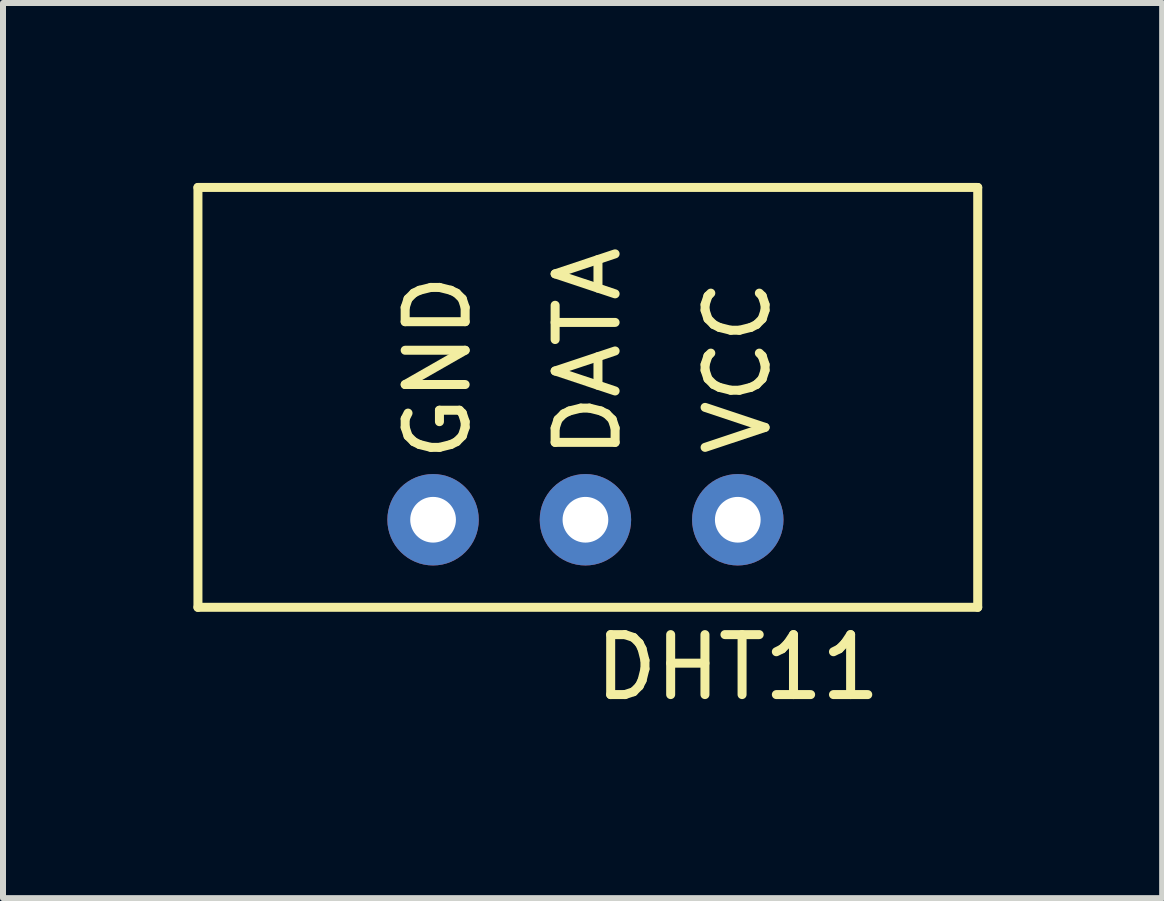
<source format=kicad_pcb>
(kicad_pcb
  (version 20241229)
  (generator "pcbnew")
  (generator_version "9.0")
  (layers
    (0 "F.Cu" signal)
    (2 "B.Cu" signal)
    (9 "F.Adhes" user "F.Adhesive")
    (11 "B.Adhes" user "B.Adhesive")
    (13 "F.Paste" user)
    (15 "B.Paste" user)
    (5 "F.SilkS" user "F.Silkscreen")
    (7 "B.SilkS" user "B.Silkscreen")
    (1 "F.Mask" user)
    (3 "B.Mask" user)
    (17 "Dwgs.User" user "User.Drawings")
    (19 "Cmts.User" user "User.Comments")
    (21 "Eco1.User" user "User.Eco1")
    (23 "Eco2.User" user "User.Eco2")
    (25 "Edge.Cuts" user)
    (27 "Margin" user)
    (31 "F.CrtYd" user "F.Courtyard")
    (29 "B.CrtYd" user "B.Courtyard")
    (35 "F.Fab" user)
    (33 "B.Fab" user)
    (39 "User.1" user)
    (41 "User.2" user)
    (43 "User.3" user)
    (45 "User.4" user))
  (footprint "DHT11"
    (layer "F.Cu")
    (at 0.25 7.075)
    (property "Reference" "DHT11" (at 9 1 0) (layer "F.SilkS") (effects (font (size 1 1) (thickness 0.15))))
    (attr through_hole)
    (fp_line (start 0 -7) (end 0 0) (stroke (width 0.15) (type solid)) (layer "F.SilkS"))
    (fp_line (start 0 0) (end 13 0) (stroke (width 0.15) (type solid)) (layer "F.SilkS"))
    (fp_line (start 13 -7) (end 0 -7) (stroke (width 0.15) (type solid)) (layer "F.SilkS"))
    (fp_line (start 13 0) (end 13 -7) (stroke (width 0.15) (type solid)) (layer "F.SilkS"))
    (fp_text user "GND" (at 4 -4 90) (layer "F.SilkS") (effects (font (size 1 1) (thickness 0.15))))
    (fp_text user "VCC" (at 9 -4 90) (layer "F.SilkS") (effects (font (size 1 1) (thickness 0.15))))
    (fp_text user "DATA" (at 6.5 -4.25 90) (layer "F.SilkS") (effects (font (size 1 1) (thickness 0.15))))
    (pad "1" thru_hole circle (at 9 -1.46 180) (size 1.524 1.524) (drill 0.762) (layers "*.Cu" "*.Mask"))
    (pad "2" thru_hole circle (at 6.46 -1.46 180) (size 1.524 1.524) (drill 0.762) (layers "*.Cu" "*.Mask"))
    (pad "3" thru_hole circle (at 3.92 -1.46 180) (size 1.524 1.524) (drill 0.762) (layers "*.Cu" "*.Mask")))
  (gr_rect
    (start -3 -3)
    (end 16.325 11.923)
    (stroke (width 0.1) (type default))
    (fill no)
    (layer "Edge.Cuts")))
</source>
